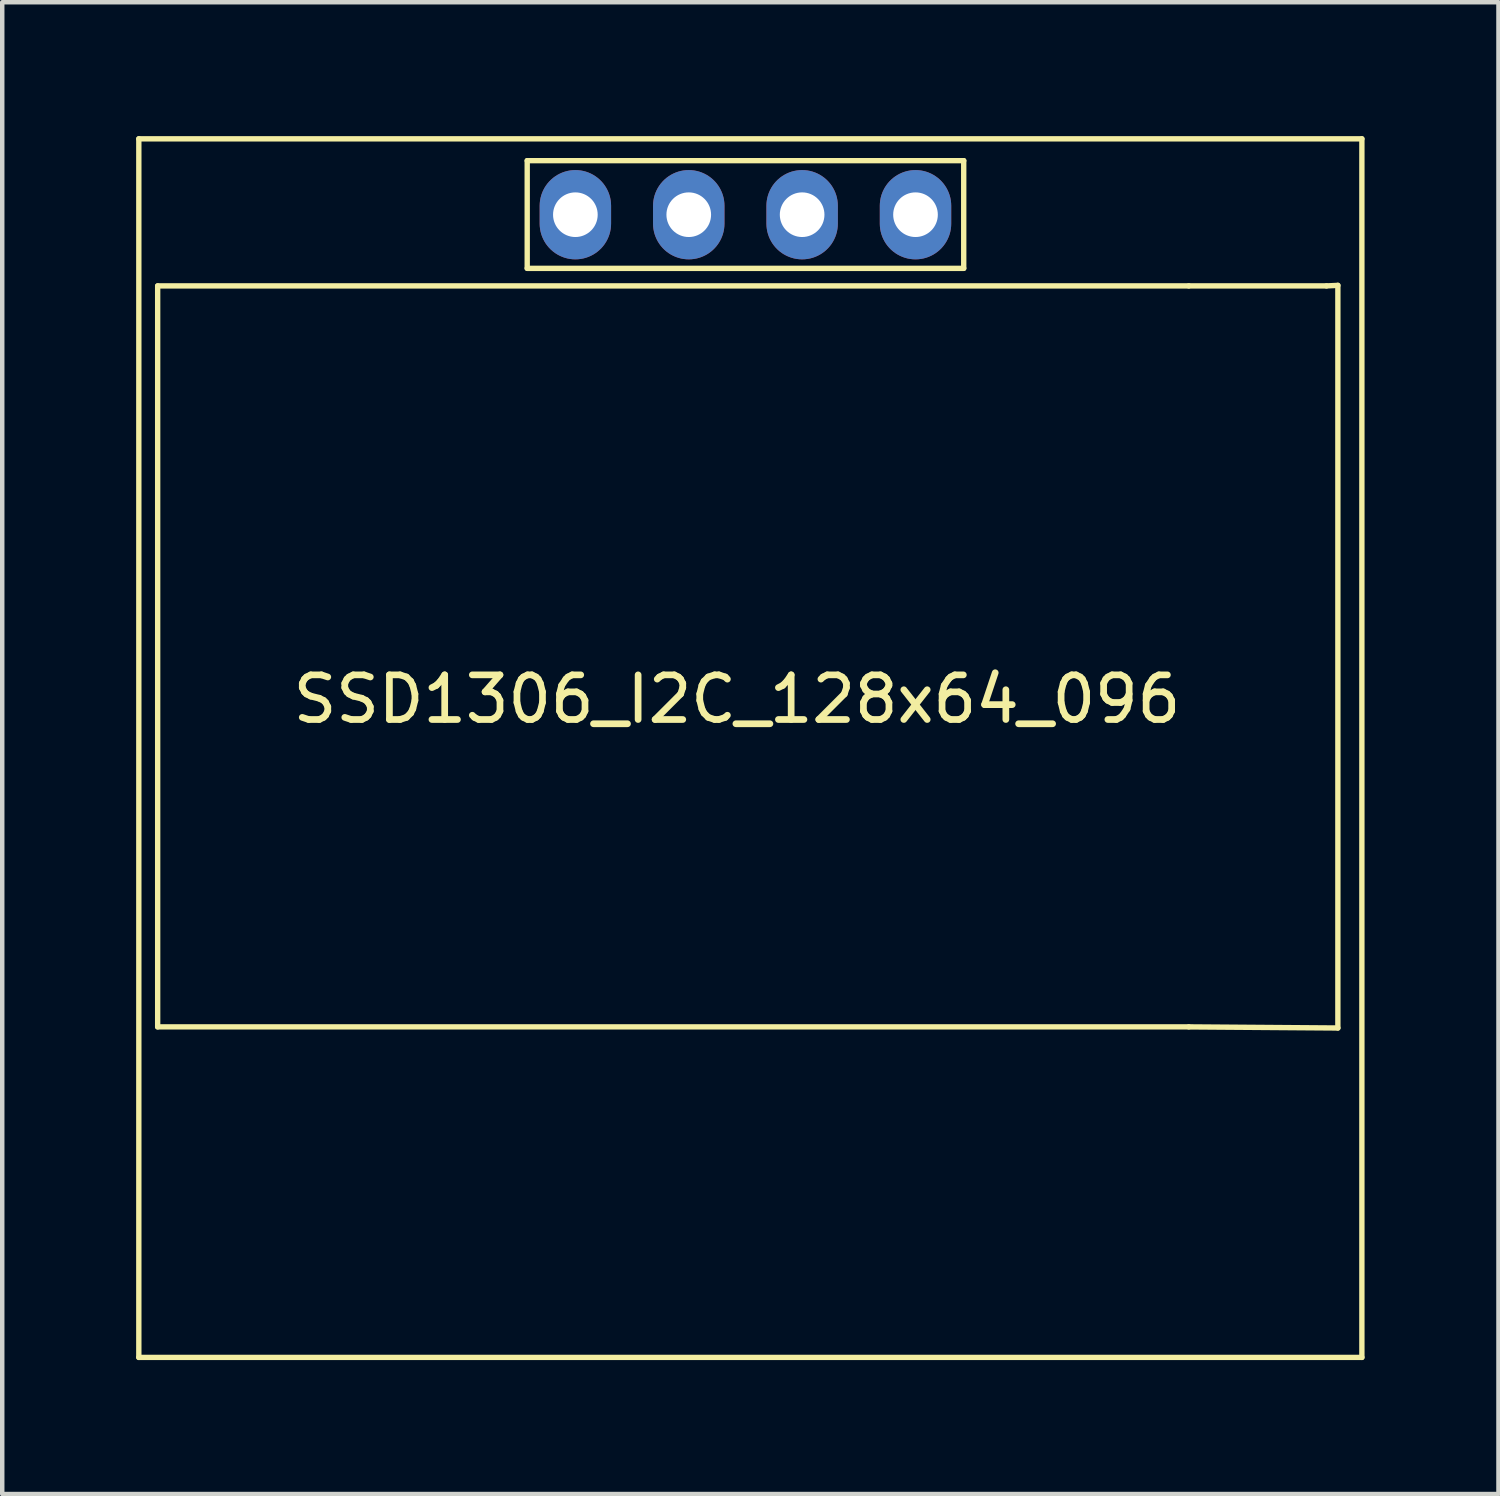
<source format=kicad_pcb>
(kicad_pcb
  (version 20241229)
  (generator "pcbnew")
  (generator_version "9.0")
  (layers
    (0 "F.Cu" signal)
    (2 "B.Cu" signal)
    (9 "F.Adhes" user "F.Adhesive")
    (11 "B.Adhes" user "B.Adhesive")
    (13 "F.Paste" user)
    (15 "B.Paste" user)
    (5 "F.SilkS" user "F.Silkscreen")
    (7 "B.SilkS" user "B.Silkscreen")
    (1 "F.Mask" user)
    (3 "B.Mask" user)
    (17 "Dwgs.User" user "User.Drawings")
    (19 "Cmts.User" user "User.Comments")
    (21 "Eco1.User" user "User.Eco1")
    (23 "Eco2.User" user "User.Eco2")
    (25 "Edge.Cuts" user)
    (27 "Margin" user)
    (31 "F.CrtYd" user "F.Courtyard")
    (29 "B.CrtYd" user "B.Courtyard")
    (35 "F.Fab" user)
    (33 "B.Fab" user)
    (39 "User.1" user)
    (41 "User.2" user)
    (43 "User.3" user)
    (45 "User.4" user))
  (footprint "SSD1306_I2C_128x64_096"
    (layer "F.Cu")
    (at 13.46 12.36)
    (property "Reference" "SSD1306_I2C_128x64_096" (at 0 0.254 0) (layer "F.SilkS") (effects (font (size 1 1) (thickness 0.15))))
    (attr through_hole)
    (fp_line (start -13.4 -12.3) (end 14 -12.3) (stroke (width 0.12) (type solid)) (layer "F.SilkS"))
    (fp_line (start -13.4 15) (end -13.4 -12.3) (stroke (width 0.12) (type solid)) (layer "F.SilkS"))
    (fp_line (start -12.978 -9.005) (end 10.122 -9.005) (stroke (width 0.12) (type solid)) (layer "F.SilkS"))
    (fp_line (start -12.978 7.595) (end -12.978 -9.005) (stroke (width 0.12) (type solid)) (layer "F.SilkS"))
    (fp_line (start -4.699 -11.811) (end -4.699 -9.398) (stroke (width 0.12) (type solid)) (layer "F.SilkS"))
    (fp_line (start -4.699 -11.811) (end 5.08 -11.811) (stroke (width 0.12) (type solid)) (layer "F.SilkS"))
    (fp_line (start 5.08 -11.811) (end 5.08 -9.398) (stroke (width 0.12) (type solid)) (layer "F.SilkS"))
    (fp_line (start 5.08 -9.398) (end -4.699 -9.398) (stroke (width 0.12) (type solid)) (layer "F.SilkS"))
    (fp_line (start 10.122 -9.005) (end 13.208 -9.005) (stroke (width 0.12) (type solid)) (layer "F.SilkS"))
    (fp_line (start 10.122 7.595) (end -12.978 7.595) (stroke (width 0.12) (type solid)) (layer "F.SilkS"))
    (fp_line (start 10.122 7.595) (end 13.462 7.62) (stroke (width 0.12) (type solid)) (layer "F.SilkS"))
    (fp_line (start 13.462 -9.017) (end 13.208 -9.005) (stroke (width 0.12) (type solid)) (layer "F.SilkS"))
    (fp_line (start 13.462 7.62) (end 13.462 -9.017) (stroke (width 0.12) (type solid)) (layer "F.SilkS"))
    (fp_line (start 14 -12.3) (end 14 15) (stroke (width 0.12) (type solid)) (layer "F.SilkS"))
    (fp_line (start 14 15) (end -13.4 15) (stroke (width 0.12) (type solid)) (layer "F.SilkS"))
    (pad "1" thru_hole oval (at -3.62 -10.6 90) (size 2 1.6) (drill 1) (layers "*.Cu" "*.Mask"))
    (pad "2" thru_hole oval (at -1.08 -10.6 90) (size 2 1.6) (drill 1) (layers "*.Cu" "*.Mask"))
    (pad "3" thru_hole oval (at 1.46 -10.6 90) (size 2 1.6) (drill 1) (layers "*.Cu" "*.Mask"))
    (pad "4" thru_hole oval (at 4 -10.6 90) (size 2 1.6) (drill 1) (layers "*.Cu" "*.Mask")))
  (gr_rect
    (start -3 -3)
    (end 30.52 30.42)
    (stroke (width 0.1) (type default))
    (fill no)
    (layer "Edge.Cuts")))
</source>
